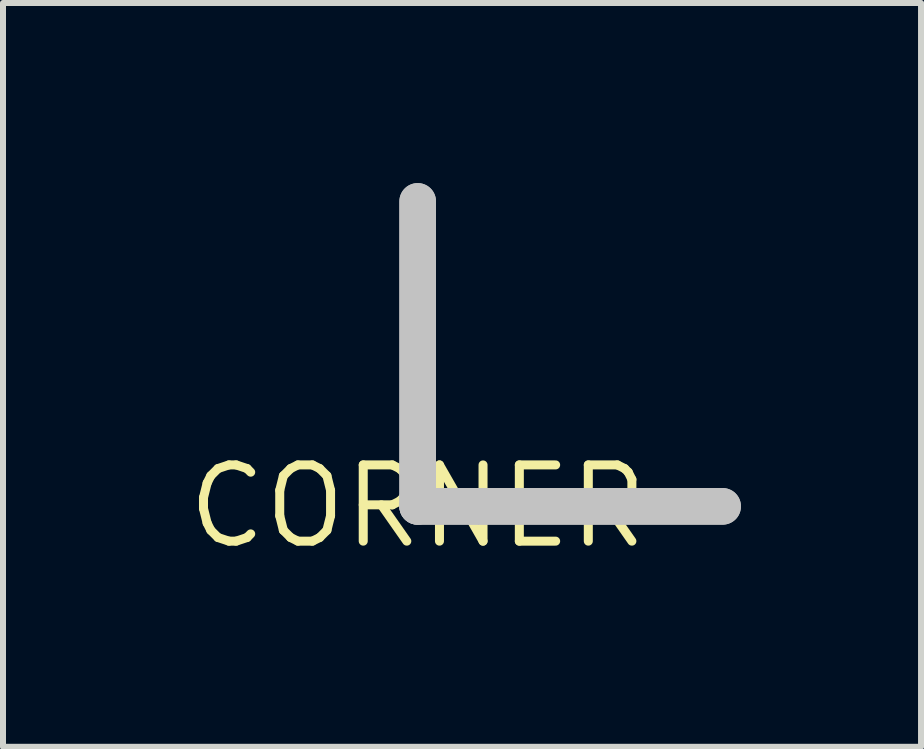
<source format=kicad_pcb>
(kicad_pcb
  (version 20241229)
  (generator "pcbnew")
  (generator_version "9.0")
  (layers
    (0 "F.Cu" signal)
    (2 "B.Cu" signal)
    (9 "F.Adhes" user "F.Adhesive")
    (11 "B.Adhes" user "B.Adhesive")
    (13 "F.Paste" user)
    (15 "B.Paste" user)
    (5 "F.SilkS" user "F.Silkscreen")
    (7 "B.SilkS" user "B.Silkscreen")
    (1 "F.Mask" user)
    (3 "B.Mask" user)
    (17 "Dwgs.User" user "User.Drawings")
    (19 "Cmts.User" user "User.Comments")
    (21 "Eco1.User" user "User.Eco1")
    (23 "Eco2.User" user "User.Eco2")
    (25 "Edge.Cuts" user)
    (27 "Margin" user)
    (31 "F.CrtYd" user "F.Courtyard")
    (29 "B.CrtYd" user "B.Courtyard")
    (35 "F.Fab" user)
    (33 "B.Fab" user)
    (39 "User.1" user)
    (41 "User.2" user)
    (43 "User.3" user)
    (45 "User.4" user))
  (footprint "CORNER"
    (layer "F.Cu")
    (at 3.908 5.385)
    (property "Reference" "CORNER" (at 0 0 0) (layer "F.SilkS") (effects (font (size 1.27 1.27) (thickness 0.15))))
    (attr through_hole)
    (fp_line (start 0 -5.08) (end 0 0) (stroke (width 0.61) (type solid)) (layer "Dwgs.User"))
    (fp_line (start 0 -5.08) (end 0 0) (stroke (width 0.61) (type solid)) (layer "Dwgs.User"))
    (fp_line (start 0 0) (end 5.08 0) (stroke (width 0.61) (type solid)) (layer "Dwgs.User"))
    (fp_line (start 0 0) (end 5.08 0) (stroke (width 0.61) (type solid)) (layer "Dwgs.User"))
    (fp_line (start 0 -5.08) (end 0 0) (stroke (width 0.127) (type solid)) (layer "Edge.Cuts"))
    (fp_line (start 0 0) (end 5.08 0) (stroke (width 0.127) (type solid)) (layer "Edge.Cuts")))
  (gr_rect
    (start -3 -3)
    (end 12.293 9.391)
    (stroke (width 0.1) (type default))
    (fill no)
    (layer "Edge.Cuts")))
</source>
